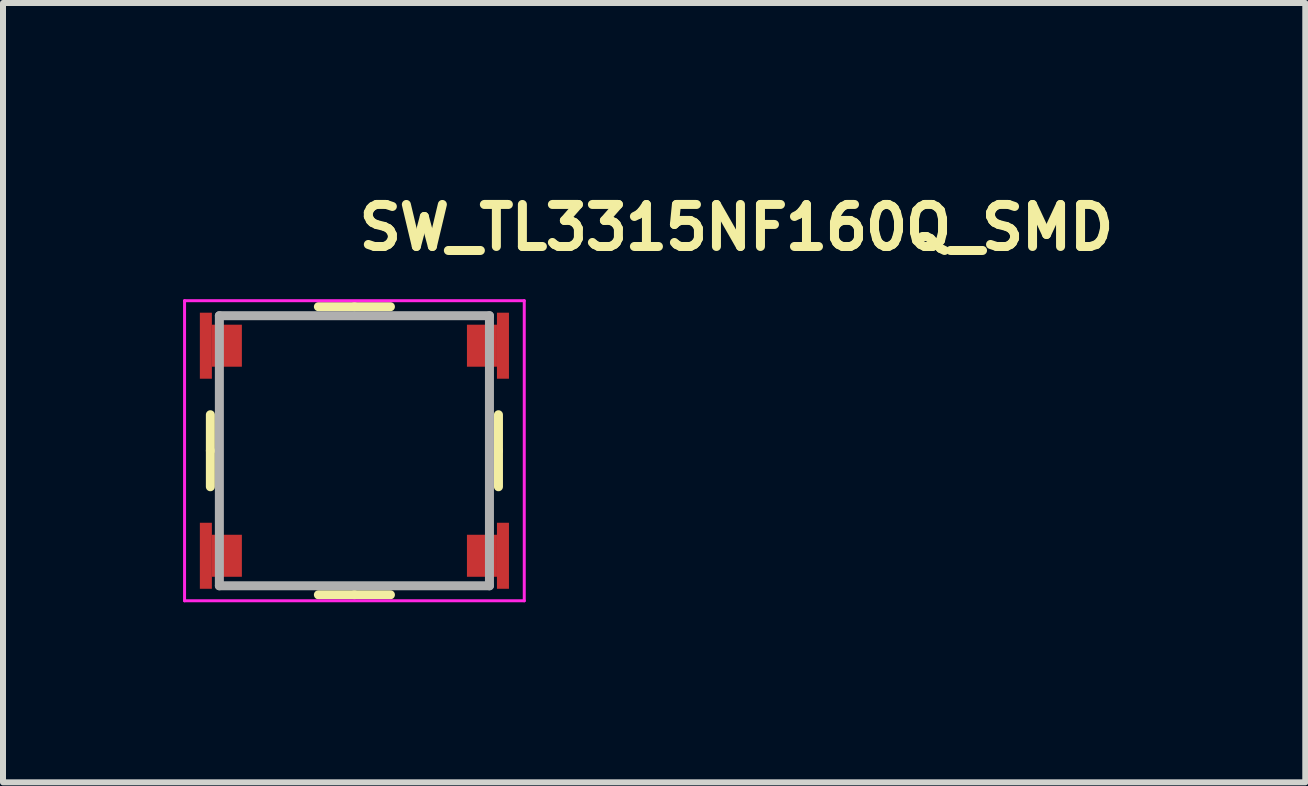
<source format=kicad_pcb>
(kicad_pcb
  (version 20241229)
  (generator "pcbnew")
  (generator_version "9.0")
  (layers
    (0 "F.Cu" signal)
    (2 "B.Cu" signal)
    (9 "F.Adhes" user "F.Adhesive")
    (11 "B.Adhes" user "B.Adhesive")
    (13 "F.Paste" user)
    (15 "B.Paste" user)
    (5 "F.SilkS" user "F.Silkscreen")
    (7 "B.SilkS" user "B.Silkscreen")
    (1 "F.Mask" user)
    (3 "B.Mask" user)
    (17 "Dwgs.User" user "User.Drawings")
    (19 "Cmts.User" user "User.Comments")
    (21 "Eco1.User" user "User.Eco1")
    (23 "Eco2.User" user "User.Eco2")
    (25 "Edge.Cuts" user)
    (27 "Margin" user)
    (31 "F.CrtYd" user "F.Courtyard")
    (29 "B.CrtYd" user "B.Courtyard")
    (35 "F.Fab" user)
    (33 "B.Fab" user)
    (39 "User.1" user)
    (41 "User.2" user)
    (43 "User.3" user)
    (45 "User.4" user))
  (footprint "SW_TL3315NF160Q_SMD"
    (layer "F.Cu")
    (at 2.855 4.46)
    (property "Reference" "SW_TL3315NF160Q_SMD" (at 0 -3.31 0) (layer "F.SilkS") (effects (font (size 0.7 0.7) (thickness 0.15)) (justify left bottom)))
    (attr smd)
    (fp_line (start -2.4 0) (end -2.4 -0.6) (stroke (width 0.15) (type solid)) (layer "F.SilkS"))
    (fp_line (start -2.4 0) (end -2.4 0.6) (stroke (width 0.15) (type solid)) (layer "F.SilkS"))
    (fp_line (start 0 -2.4) (end -0.6 -2.4) (stroke (width 0.15) (type solid)) (layer "F.SilkS"))
    (fp_line (start 0 -2.4) (end 0.6 -2.4) (stroke (width 0.15) (type solid)) (layer "F.SilkS"))
    (fp_line (start 0 2.4) (end -0.6 2.4) (stroke (width 0.15) (type solid)) (layer "F.SilkS"))
    (fp_line (start 0 2.4) (end 0.6 2.4) (stroke (width 0.15) (type solid)) (layer "F.SilkS"))
    (fp_line (start 2.4 0) (end 2.4 -0.6) (stroke (width 0.15) (type solid)) (layer "F.SilkS"))
    (fp_line (start 2.4 0) (end 2.4 0.6) (stroke (width 0.15) (type solid)) (layer "F.SilkS"))
    (fp_line (start -2.83 -2.5) (end -2.83 2.5) (stroke (width 0.05) (type solid)) (layer "F.CrtYd"))
    (fp_line (start -2.83 -2.5) (end 2.83 -2.5) (stroke (width 0.05) (type solid)) (layer "F.CrtYd"))
    (fp_line (start -2.83 2.5) (end 2.83 2.5) (stroke (width 0.05) (type solid)) (layer "F.CrtYd"))
    (fp_line (start 2.83 -2.5) (end 2.83 2.5) (stroke (width 0.05) (type solid)) (layer "F.CrtYd"))
    (fp_line (start -2.25 2.25) (end -2.25 -2.25) (stroke (width 0.15) (type solid)) (layer "F.Fab"))
    (fp_line (start -2.25 2.25) (end 2.25 2.25) (stroke (width 0.15) (type solid)) (layer "F.Fab"))
    (fp_line (start 2.25 -2.25) (end -2.25 -2.25) (stroke (width 0.15) (type solid)) (layer "F.Fab"))
    (fp_line (start 2.25 2.25) (end 2.25 -2.25) (stroke (width 0.15) (type solid)) (layer "F.Fab"))
    (fp_rect (start -2.375 -2.25) (end 2.375 2.25) (stroke (width 0.15) (type solid)) (fill no) (layer "User.5"))
    (fp_line (start -2.375 -2) (end -2.375 -1.5) (stroke (width 0.01) (type solid)) (layer "User.9"))
    (fp_line (start -2.375 -1.5) (end -2.15 -1.5) (stroke (width 0.01) (type solid)) (layer "User.9"))
    (fp_line (start -2.375 1.5) (end -2.375 2) (stroke (width 0.01) (type solid)) (layer "User.9"))
    (fp_line (start -2.375 2) (end -2.15 2) (stroke (width 0.01) (type solid)) (layer "User.9"))
    (fp_line (start -2.25 -1.1) (end -1.85 -1.25) (stroke (width 0.01) (type solid)) (layer "User.9"))
    (fp_line (start -2.25 1.1) (end -2.25 -1.1) (stroke (width 0.01) (type solid)) (layer "User.9"))
    (fp_line (start -2.15 -2) (end -2.375 -2) (stroke (width 0.01) (type solid)) (layer "User.9"))
    (fp_line (start -2.15 -2) (end -2.15 -1.5) (stroke (width 0.01) (type solid)) (layer "User.9"))
    (fp_line (start -2.15 -1.5) (end -2.066 -1.5) (stroke (width 0.01) (type solid)) (layer "User.9"))
    (fp_line (start -2.15 1.5) (end -2.375 1.5) (stroke (width 0.01) (type solid)) (layer "User.9"))
    (fp_line (start -2.15 1.5) (end -2.15 2) (stroke (width 0.01) (type solid)) (layer "User.9"))
    (fp_line (start -2.15 2) (end -2.066 2) (stroke (width 0.01) (type solid)) (layer "User.9"))
    (fp_line (start -2.066 -2) (end -2.15 -2) (stroke (width 0.01) (type solid)) (layer "User.9"))
    (fp_line (start -2.066 -2) (end -2.066 -1.5) (stroke (width 0.01) (type solid)) (layer "User.9"))
    (fp_line (start -2.066 -1.5) (end -1.85 -1.5) (stroke (width 0.01) (type solid)) (layer "User.9"))
    (fp_line (start -2.066 1.5) (end -2.15 1.5) (stroke (width 0.01) (type solid)) (layer "User.9"))
    (fp_line (start -2.066 1.5) (end -2.066 2) (stroke (width 0.01) (type solid)) (layer "User.9"))
    (fp_line (start -2.066 2) (end -1.85 2) (stroke (width 0.01) (type solid)) (layer "User.9"))
    (fp_line (start -1.85 -2.25) (end 1.85 -2.25) (stroke (width 0.01) (type solid)) (layer "User.9"))
    (fp_line (start -1.85 -2) (end -2.066 -2) (stroke (width 0.01) (type solid)) (layer "User.9"))
    (fp_line (start -1.85 -1.25) (end -1.85 -2.25) (stroke (width 0.01) (type solid)) (layer "User.9"))
    (fp_line (start -1.85 1.25) (end -2.25 1.1) (stroke (width 0.01) (type solid)) (layer "User.9"))
    (fp_line (start -1.85 1.5) (end -2.066 1.5) (stroke (width 0.01) (type solid)) (layer "User.9"))
    (fp_line (start -1.85 2.25) (end -1.85 1.25) (stroke (width 0.01) (type solid)) (layer "User.9"))
    (fp_line (start 1.85 -2.25) (end 1.85 -1.25) (stroke (width 0.01) (type solid)) (layer "User.9"))
    (fp_line (start 1.85 -1.5) (end 2.066 -1.5) (stroke (width 0.01) (type solid)) (layer "User.9"))
    (fp_line (start 1.85 -1.25) (end 2.25 -1.1) (stroke (width 0.01) (type solid)) (layer "User.9"))
    (fp_line (start 1.85 1.25) (end 1.85 2.25) (stroke (width 0.01) (type solid)) (layer "User.9"))
    (fp_line (start 1.85 2) (end 2.066 2) (stroke (width 0.01) (type solid)) (layer "User.9"))
    (fp_line (start 1.85 2.25) (end -1.85 2.25) (stroke (width 0.01) (type solid)) (layer "User.9"))
    (fp_line (start 2.066 -2) (end 1.85 -2) (stroke (width 0.01) (type solid)) (layer "User.9"))
    (fp_line (start 2.066 -2) (end 2.066 -1.5) (stroke (width 0.01) (type solid)) (layer "User.9"))
    (fp_line (start 2.066 -1.5) (end 2.15 -1.5) (stroke (width 0.01) (type solid)) (layer "User.9"))
    (fp_line (start 2.066 1.5) (end 1.85 1.5) (stroke (width 0.01) (type solid)) (layer "User.9"))
    (fp_line (start 2.066 1.5) (end 2.066 2) (stroke (width 0.01) (type solid)) (layer "User.9"))
    (fp_line (start 2.066 2) (end 2.15 2) (stroke (width 0.01) (type solid)) (layer "User.9"))
    (fp_line (start 2.15 -2) (end 2.066 -2) (stroke (width 0.01) (type solid)) (layer "User.9"))
    (fp_line (start 2.15 -2) (end 2.15 -1.5) (stroke (width 0.01) (type solid)) (layer "User.9"))
    (fp_line (start 2.15 -1.5) (end 2.375 -1.5) (stroke (width 0.01) (type solid)) (layer "User.9"))
    (fp_line (start 2.15 1.5) (end 2.066 1.5) (stroke (width 0.01) (type solid)) (layer "User.9"))
    (fp_line (start 2.15 1.5) (end 2.15 2) (stroke (width 0.01) (type solid)) (layer "User.9"))
    (fp_line (start 2.15 2) (end 2.375 2) (stroke (width 0.01) (type solid)) (layer "User.9"))
    (fp_line (start 2.25 -1.1) (end 2.25 1.1) (stroke (width 0.01) (type solid)) (layer "User.9"))
    (fp_line (start 2.25 1.1) (end 1.85 1.25) (stroke (width 0.01) (type solid)) (layer "User.9"))
    (fp_line (start 2.375 -2) (end 2.15 -2) (stroke (width 0.01) (type solid)) (layer "User.9"))
    (fp_line (start 2.375 -2) (end 2.375 -1.5) (stroke (width 0.01) (type solid)) (layer "User.9"))
    (fp_line (start 2.375 1.5) (end 2.15 1.5) (stroke (width 0.01) (type solid)) (layer "User.9"))
    (fp_line (start 2.375 1.5) (end 2.375 2) (stroke (width 0.01) (type solid)) (layer "User.9"))
    (pad "1" smd rect (at -2.475 -1.75) (size 0.2 1.1) (layers "F.Cu" "F.Mask" "F.Paste"))
    (pad "1" smd rect (at -2.125 -1.75) (size 0.5 0.7) (layers "F.Cu" "F.Mask" "F.Paste"))
    (pad "2" smd rect (at 2.125 -1.75) (size 0.5 0.7) (layers "F.Cu" "F.Mask" "F.Paste"))
    (pad "2" smd rect (at 2.475 -1.75) (size 0.2 1.1) (layers "F.Cu" "F.Mask" "F.Paste"))
    (pad "3" smd rect (at -2.475 1.75) (size 0.2 1.1) (layers "F.Cu" "F.Mask" "F.Paste"))
    (pad "3" smd rect (at -2.125 1.75) (size 0.5 0.7) (layers "F.Cu" "F.Mask" "F.Paste"))
    (pad "4" smd rect (at 2.125 1.75) (size 0.5 0.7) (layers "F.Cu" "F.Mask" "F.Paste"))
    (pad "4" smd rect (at 2.475 1.75) (size 0.2 1.1) (layers "F.Cu" "F.Mask" "F.Paste")))
  (gr_rect
    (start -3 -3)
    (end 18.698 9.985)
    (stroke (width 0.1) (type default))
    (fill no)
    (layer "Edge.Cuts")))
</source>
